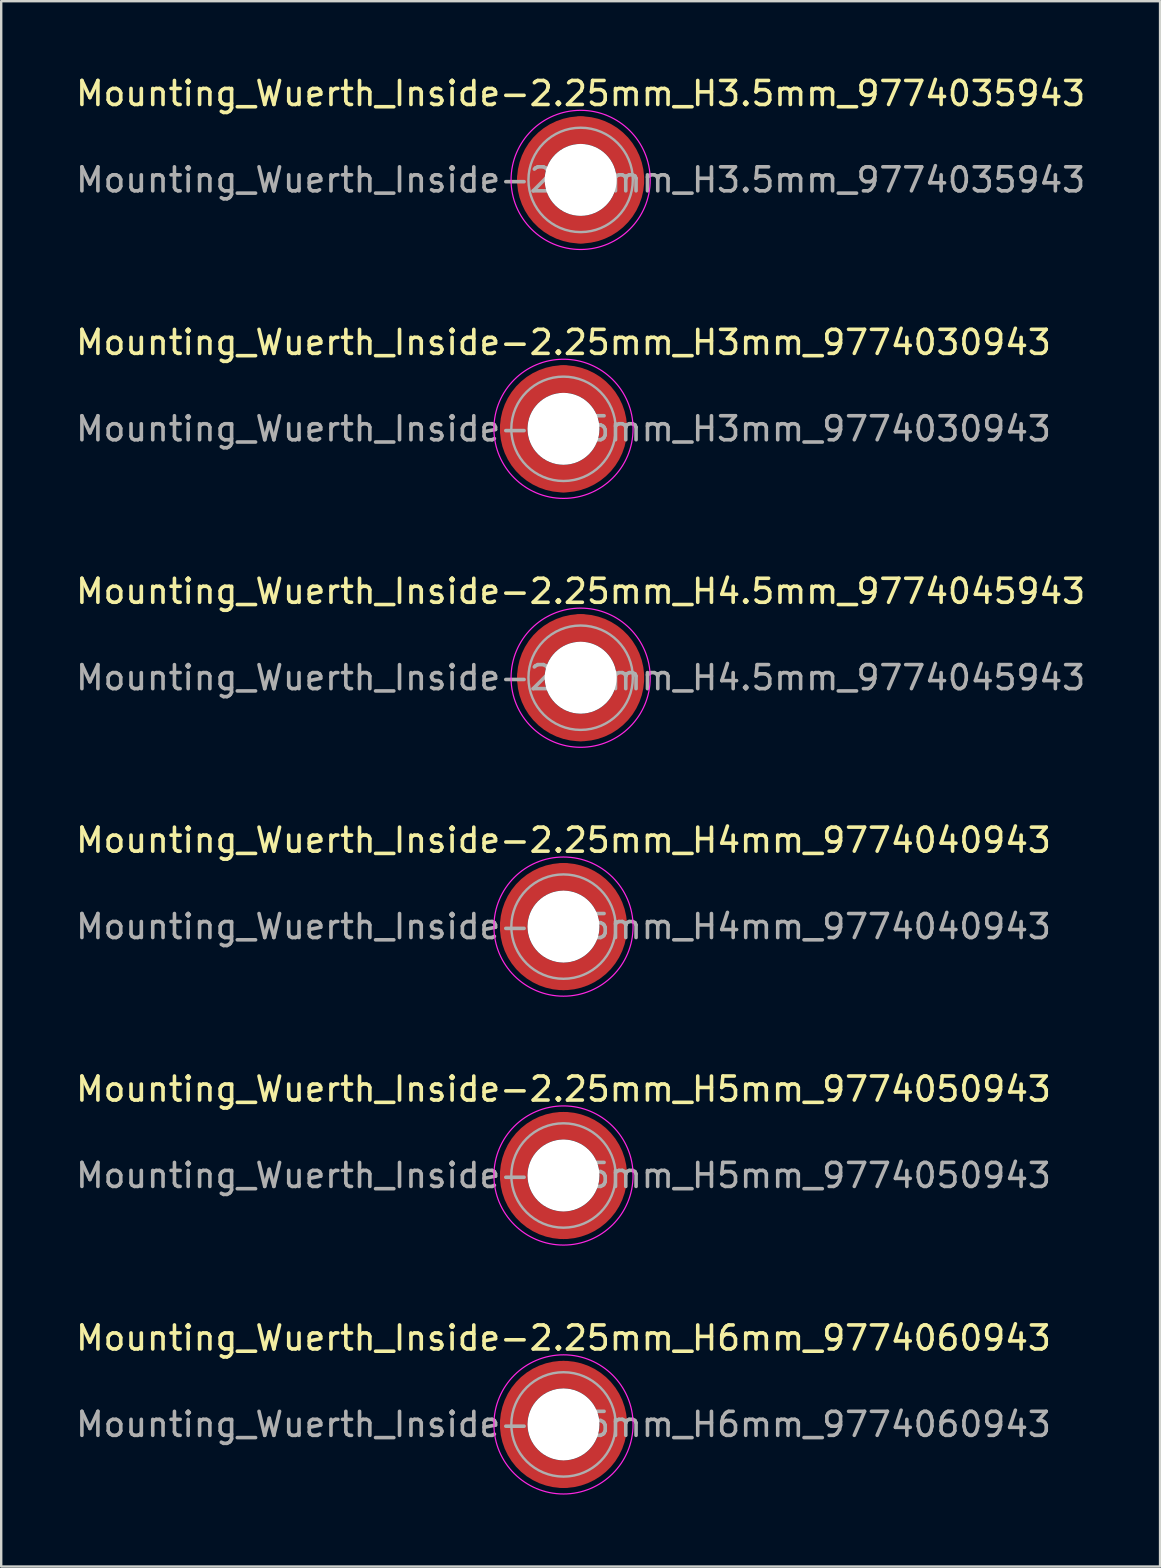
<source format=kicad_pcb>
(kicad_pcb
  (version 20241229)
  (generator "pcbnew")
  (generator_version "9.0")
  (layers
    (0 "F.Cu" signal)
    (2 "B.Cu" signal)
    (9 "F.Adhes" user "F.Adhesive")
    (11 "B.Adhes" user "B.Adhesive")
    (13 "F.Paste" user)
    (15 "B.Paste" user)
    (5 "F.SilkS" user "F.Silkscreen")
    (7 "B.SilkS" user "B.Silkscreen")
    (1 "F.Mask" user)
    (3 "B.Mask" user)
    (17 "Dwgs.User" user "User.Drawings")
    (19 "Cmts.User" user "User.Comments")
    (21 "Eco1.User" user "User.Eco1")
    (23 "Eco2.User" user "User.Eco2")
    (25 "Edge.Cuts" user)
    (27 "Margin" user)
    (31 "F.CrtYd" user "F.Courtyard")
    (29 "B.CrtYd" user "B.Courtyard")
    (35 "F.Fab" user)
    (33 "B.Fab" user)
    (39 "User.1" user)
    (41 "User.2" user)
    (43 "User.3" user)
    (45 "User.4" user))
  (footprint "Mounting_Wuerth_Inside-2.25mm_H4.5mm_9774045943"
    (layer "F.Cu")
    (at 21.149 25.195)
    (property "Reference" "Mounting_Wuerth_Inside-2.25mm_H4.5mm_9774045943" (at 0 -3.6 0) (layer "F.SilkS") (effects (font (size 1 1) (thickness 0.15))))
    (attr smd)
    (fp_circle (center 0 0) (end 2.9 0) (stroke (width 0.05) (type solid)) (fill no) (layer "F.CrtYd"))
    (fp_circle (center 0 0) (end 2.175 0) (stroke (width 0.1) (type solid)) (fill no) (layer "F.Fab"))
    (fp_text user "${REFERENCE}" (at 0 0 0) (layer "F.Fab") (effects (font (size 1 1) (thickness 0.15))))
    (pad "" smd custom (at -1.453 -1.453) (size 1.01 1.01) (layers "F.Paste") (options (anchor circle)) (primitives (gr_arc (start -0.262632 0.900604) (mid 0.178544 0.178544) (end 0.900604 -0.262632) (width 0.505)) (gr_arc (start -0.526231 0.900604) (mid 0 0) (end 0.900604 -0.526231) (width 0.505)) (gr_arc (start -0.787275 0.900604) (mid -0.178545 -0.178545) (end 0.900604 -0.787275) (width 0.505)) (gr_line (start 0.901 -0.263) (end 0.901 -0.787) (width 0.505)) (gr_line (start -0.263 0.901) (end -0.787 0.901) (width 0.505))))
    (pad "" smd custom (at -1.453 1.453) (size 1.01 1.01) (layers "F.Paste") (options (anchor circle)) (primitives (gr_arc (start 0.900604 0.262632) (mid 0.178544 -0.178544) (end -0.262632 -0.900604) (width 0.505)) (gr_arc (start 0.900604 0.526231) (mid 0 0) (end -0.526231 -0.900604) (width 0.505)) (gr_arc (start 0.900604 0.787275) (mid -0.178545 0.178545) (end -0.787275 -0.900604) (width 0.505)) (gr_line (start -0.263 -0.901) (end -0.787 -0.901) (width 0.505)) (gr_line (start 0.901 0.263) (end 0.901 0.787) (width 0.505))))
    (pad "" np_thru_hole circle (at 0 0) (size 3 3) (drill 3) (layers "*.Cu" "*.Mask"))
    (pad "" smd custom (at 1.453 -1.453) (size 1.01 1.01) (layers "F.Paste") (options (anchor circle)) (primitives (gr_arc (start -0.900604 -0.262632) (mid -0.178544 0.178544) (end 0.262632 0.900604) (width 0.505)) (gr_arc (start -0.900604 -0.526231) (mid 0 0) (end 0.526231 0.900604) (width 0.505)) (gr_arc (start -0.900604 -0.787275) (mid 0.178545 -0.178545) (end 0.787275 0.900604) (width 0.505)) (gr_line (start 0.263 0.901) (end 0.787 0.901) (width 0.505)) (gr_line (start -0.901 -0.263) (end -0.901 -0.787) (width 0.505))))
    (pad "" smd custom (at 1.453 1.453) (size 1.01 1.01) (layers "F.Paste") (options (anchor circle)) (primitives (gr_arc (start 0.262632 -0.900604) (mid -0.178544 -0.178544) (end -0.900604 0.262632) (width 0.505)) (gr_arc (start 0.526231 -0.900604) (mid 0 0) (end -0.900604 0.526231) (width 0.505)) (gr_arc (start 0.787275 -0.900604) (mid 0.178545 0.178545) (end -0.900604 0.787275) (width 0.505)) (gr_line (start -0.901 0.263) (end -0.901 0.787) (width 0.505)) (gr_line (start 0.263 -0.901) (end 0.787 -0.901) (width 0.505))))
    (pad "1" smd circle (at -2.075 0) (size 1.15 1.15) (layers "F.Cu"))
    (pad "1" smd circle (at 0 -2.075) (size 1.15 1.15) (layers "F.Cu"))
    (pad "1" smd circle (at 0 2.075) (size 1.15 1.15) (layers "F.Cu"))
    (pad "1" smd custom (at 2.075 0) (size 1.15 1.15) (layers "F.Cu" "F.Mask") (options (anchor circle)) (primitives (gr_circle (center -2.075 0) (end 0 0) (width 1.15) (fill no)))))
  (footprint "Mounting_Wuerth_Inside-2.25mm_H4mm_9774040943"
    (layer "F.Cu")
    (at 20.435 35.568)
    (property "Reference" "Mounting_Wuerth_Inside-2.25mm_H4mm_9774040943" (at 0 -3.6 0) (layer "F.SilkS") (effects (font (size 1 1) (thickness 0.15))))
    (attr smd)
    (fp_circle (center 0 0) (end 2.9 0) (stroke (width 0.05) (type solid)) (fill no) (layer "F.CrtYd"))
    (fp_circle (center 0 0) (end 2.175 0) (stroke (width 0.1) (type solid)) (fill no) (layer "F.Fab"))
    (fp_text user "${REFERENCE}" (at 0 0 0) (layer "F.Fab") (effects (font (size 1 1) (thickness 0.15))))
    (pad "" smd custom (at -1.453 -1.453) (size 1.01 1.01) (layers "F.Paste") (options (anchor circle)) (primitives (gr_arc (start -0.262632 0.900604) (mid 0.178544 0.178544) (end 0.900604 -0.262632) (width 0.505)) (gr_arc (start -0.526231 0.900604) (mid 0 0) (end 0.900604 -0.526231) (width 0.505)) (gr_arc (start -0.787275 0.900604) (mid -0.178545 -0.178545) (end 0.900604 -0.787275) (width 0.505)) (gr_line (start 0.901 -0.263) (end 0.901 -0.787) (width 0.505)) (gr_line (start -0.263 0.901) (end -0.787 0.901) (width 0.505))))
    (pad "" smd custom (at -1.453 1.453) (size 1.01 1.01) (layers "F.Paste") (options (anchor circle)) (primitives (gr_arc (start 0.900604 0.262632) (mid 0.178544 -0.178544) (end -0.262632 -0.900604) (width 0.505)) (gr_arc (start 0.900604 0.526231) (mid 0 0) (end -0.526231 -0.900604) (width 0.505)) (gr_arc (start 0.900604 0.787275) (mid -0.178545 0.178545) (end -0.787275 -0.900604) (width 0.505)) (gr_line (start -0.263 -0.901) (end -0.787 -0.901) (width 0.505)) (gr_line (start 0.901 0.263) (end 0.901 0.787) (width 0.505))))
    (pad "" np_thru_hole circle (at 0 0) (size 3 3) (drill 3) (layers "*.Cu" "*.Mask"))
    (pad "" smd custom (at 1.453 -1.453) (size 1.01 1.01) (layers "F.Paste") (options (anchor circle)) (primitives (gr_arc (start -0.900604 -0.262632) (mid -0.178544 0.178544) (end 0.262632 0.900604) (width 0.505)) (gr_arc (start -0.900604 -0.526231) (mid 0 0) (end 0.526231 0.900604) (width 0.505)) (gr_arc (start -0.900604 -0.787275) (mid 0.178545 -0.178545) (end 0.787275 0.900604) (width 0.505)) (gr_line (start 0.263 0.901) (end 0.787 0.901) (width 0.505)) (gr_line (start -0.901 -0.263) (end -0.901 -0.787) (width 0.505))))
    (pad "" smd custom (at 1.453 1.453) (size 1.01 1.01) (layers "F.Paste") (options (anchor circle)) (primitives (gr_arc (start 0.262632 -0.900604) (mid -0.178544 -0.178544) (end -0.900604 0.262632) (width 0.505)) (gr_arc (start 0.526231 -0.900604) (mid 0 0) (end -0.900604 0.526231) (width 0.505)) (gr_arc (start 0.787275 -0.900604) (mid 0.178545 0.178545) (end -0.900604 0.787275) (width 0.505)) (gr_line (start -0.901 0.263) (end -0.901 0.787) (width 0.505)) (gr_line (start 0.263 -0.901) (end 0.787 -0.901) (width 0.505))))
    (pad "1" smd circle (at -2.075 0) (size 1.15 1.15) (layers "F.Cu"))
    (pad "1" smd circle (at 0 -2.075) (size 1.15 1.15) (layers "F.Cu"))
    (pad "1" smd circle (at 0 2.075) (size 1.15 1.15) (layers "F.Cu"))
    (pad "1" smd custom (at 2.075 0) (size 1.15 1.15) (layers "F.Cu" "F.Mask") (options (anchor circle)) (primitives (gr_circle (center -2.075 0) (end 0 0) (width 1.15) (fill no)))))
  (footprint "Mounting_Wuerth_Inside-2.25mm_H6mm_9774060943"
    (layer "F.Cu")
    (at 20.435 56.315)
    (property "Reference" "Mounting_Wuerth_Inside-2.25mm_H6mm_9774060943" (at 0 -3.6 0) (layer "F.SilkS") (effects (font (size 1 1) (thickness 0.15))))
    (attr smd)
    (fp_circle (center 0 0) (end 2.9 0) (stroke (width 0.05) (type solid)) (fill no) (layer "F.CrtYd"))
    (fp_circle (center 0 0) (end 2.175 0) (stroke (width 0.1) (type solid)) (fill no) (layer "F.Fab"))
    (fp_text user "${REFERENCE}" (at 0 0 0) (layer "F.Fab") (effects (font (size 1 1) (thickness 0.15))))
    (pad "" smd custom (at -1.453 -1.453) (size 1.01 1.01) (layers "F.Paste") (options (anchor circle)) (primitives (gr_arc (start -0.262632 0.900604) (mid 0.178544 0.178544) (end 0.900604 -0.262632) (width 0.505)) (gr_arc (start -0.526231 0.900604) (mid 0 0) (end 0.900604 -0.526231) (width 0.505)) (gr_arc (start -0.787275 0.900604) (mid -0.178545 -0.178545) (end 0.900604 -0.787275) (width 0.505)) (gr_line (start 0.901 -0.263) (end 0.901 -0.787) (width 0.505)) (gr_line (start -0.263 0.901) (end -0.787 0.901) (width 0.505))))
    (pad "" smd custom (at -1.453 1.453) (size 1.01 1.01) (layers "F.Paste") (options (anchor circle)) (primitives (gr_arc (start 0.900604 0.262632) (mid 0.178544 -0.178544) (end -0.262632 -0.900604) (width 0.505)) (gr_arc (start 0.900604 0.526231) (mid 0 0) (end -0.526231 -0.900604) (width 0.505)) (gr_arc (start 0.900604 0.787275) (mid -0.178545 0.178545) (end -0.787275 -0.900604) (width 0.505)) (gr_line (start -0.263 -0.901) (end -0.787 -0.901) (width 0.505)) (gr_line (start 0.901 0.263) (end 0.901 0.787) (width 0.505))))
    (pad "" np_thru_hole circle (at 0 0) (size 3 3) (drill 3) (layers "*.Cu" "*.Mask"))
    (pad "" smd custom (at 1.453 -1.453) (size 1.01 1.01) (layers "F.Paste") (options (anchor circle)) (primitives (gr_arc (start -0.900604 -0.262632) (mid -0.178544 0.178544) (end 0.262632 0.900604) (width 0.505)) (gr_arc (start -0.900604 -0.526231) (mid 0 0) (end 0.526231 0.900604) (width 0.505)) (gr_arc (start -0.900604 -0.787275) (mid 0.178545 -0.178545) (end 0.787275 0.900604) (width 0.505)) (gr_line (start 0.263 0.901) (end 0.787 0.901) (width 0.505)) (gr_line (start -0.901 -0.263) (end -0.901 -0.787) (width 0.505))))
    (pad "" smd custom (at 1.453 1.453) (size 1.01 1.01) (layers "F.Paste") (options (anchor circle)) (primitives (gr_arc (start 0.262632 -0.900604) (mid -0.178544 -0.178544) (end -0.900604 0.262632) (width 0.505)) (gr_arc (start 0.526231 -0.900604) (mid 0 0) (end -0.900604 0.526231) (width 0.505)) (gr_arc (start 0.787275 -0.900604) (mid 0.178545 0.178545) (end -0.900604 0.787275) (width 0.505)) (gr_line (start -0.901 0.263) (end -0.901 0.787) (width 0.505)) (gr_line (start 0.263 -0.901) (end 0.787 -0.901) (width 0.505))))
    (pad "1" smd circle (at -2.075 0) (size 1.15 1.15) (layers "F.Cu"))
    (pad "1" smd circle (at 0 -2.075) (size 1.15 1.15) (layers "F.Cu"))
    (pad "1" smd circle (at 0 2.075) (size 1.15 1.15) (layers "F.Cu"))
    (pad "1" smd custom (at 2.075 0) (size 1.15 1.15) (layers "F.Cu" "F.Mask") (options (anchor circle)) (primitives (gr_circle (center -2.075 0) (end 0 0) (width 1.15) (fill no)))))
  (footprint "Mounting_Wuerth_Inside-2.25mm_H3.5mm_9774035943"
    (layer "F.Cu")
    (at 21.149 4.448)
    (property "Reference" "Mounting_Wuerth_Inside-2.25mm_H3.5mm_9774035943" (at 0 -3.6 0) (layer "F.SilkS") (effects (font (size 1 1) (thickness 0.15))))
    (attr smd)
    (fp_circle (center 0 0) (end 2.9 0) (stroke (width 0.05) (type solid)) (fill no) (layer "F.CrtYd"))
    (fp_circle (center 0 0) (end 2.175 0) (stroke (width 0.1) (type solid)) (fill no) (layer "F.Fab"))
    (fp_text user "${REFERENCE}" (at 0 0 0) (layer "F.Fab") (effects (font (size 1 1) (thickness 0.15))))
    (pad "" smd custom (at -1.453 -1.453) (size 1.01 1.01) (layers "F.Paste") (options (anchor circle)) (primitives (gr_arc (start -0.262632 0.900604) (mid 0.178544 0.178544) (end 0.900604 -0.262632) (width 0.505)) (gr_arc (start -0.526231 0.900604) (mid 0 0) (end 0.900604 -0.526231) (width 0.505)) (gr_arc (start -0.787275 0.900604) (mid -0.178545 -0.178545) (end 0.900604 -0.787275) (width 0.505)) (gr_line (start 0.901 -0.263) (end 0.901 -0.787) (width 0.505)) (gr_line (start -0.263 0.901) (end -0.787 0.901) (width 0.505))))
    (pad "" smd custom (at -1.453 1.453) (size 1.01 1.01) (layers "F.Paste") (options (anchor circle)) (primitives (gr_arc (start 0.900604 0.262632) (mid 0.178544 -0.178544) (end -0.262632 -0.900604) (width 0.505)) (gr_arc (start 0.900604 0.526231) (mid 0 0) (end -0.526231 -0.900604) (width 0.505)) (gr_arc (start 0.900604 0.787275) (mid -0.178545 0.178545) (end -0.787275 -0.900604) (width 0.505)) (gr_line (start -0.263 -0.901) (end -0.787 -0.901) (width 0.505)) (gr_line (start 0.901 0.263) (end 0.901 0.787) (width 0.505))))
    (pad "" np_thru_hole circle (at 0 0) (size 3 3) (drill 3) (layers "*.Cu" "*.Mask"))
    (pad "" smd custom (at 1.453 -1.453) (size 1.01 1.01) (layers "F.Paste") (options (anchor circle)) (primitives (gr_arc (start -0.900604 -0.262632) (mid -0.178544 0.178544) (end 0.262632 0.900604) (width 0.505)) (gr_arc (start -0.900604 -0.526231) (mid 0 0) (end 0.526231 0.900604) (width 0.505)) (gr_arc (start -0.900604 -0.787275) (mid 0.178545 -0.178545) (end 0.787275 0.900604) (width 0.505)) (gr_line (start 0.263 0.901) (end 0.787 0.901) (width 0.505)) (gr_line (start -0.901 -0.263) (end -0.901 -0.787) (width 0.505))))
    (pad "" smd custom (at 1.453 1.453) (size 1.01 1.01) (layers "F.Paste") (options (anchor circle)) (primitives (gr_arc (start 0.262632 -0.900604) (mid -0.178544 -0.178544) (end -0.900604 0.262632) (width 0.505)) (gr_arc (start 0.526231 -0.900604) (mid 0 0) (end -0.900604 0.526231) (width 0.505)) (gr_arc (start 0.787275 -0.900604) (mid 0.178545 0.178545) (end -0.900604 0.787275) (width 0.505)) (gr_line (start -0.901 0.263) (end -0.901 0.787) (width 0.505)) (gr_line (start 0.263 -0.901) (end 0.787 -0.901) (width 0.505))))
    (pad "1" smd circle (at -2.075 0) (size 1.15 1.15) (layers "F.Cu"))
    (pad "1" smd circle (at 0 -2.075) (size 1.15 1.15) (layers "F.Cu"))
    (pad "1" smd circle (at 0 2.075) (size 1.15 1.15) (layers "F.Cu"))
    (pad "1" smd custom (at 2.075 0) (size 1.15 1.15) (layers "F.Cu" "F.Mask") (options (anchor circle)) (primitives (gr_circle (center -2.075 0) (end 0 0) (width 1.15) (fill no)))))
  (footprint "Mounting_Wuerth_Inside-2.25mm_H5mm_9774050943"
    (layer "F.Cu")
    (at 20.435 45.941)
    (property "Reference" "Mounting_Wuerth_Inside-2.25mm_H5mm_9774050943" (at 0 -3.6 0) (layer "F.SilkS") (effects (font (size 1 1) (thickness 0.15))))
    (attr smd)
    (fp_circle (center 0 0) (end 2.9 0) (stroke (width 0.05) (type solid)) (fill no) (layer "F.CrtYd"))
    (fp_circle (center 0 0) (end 2.175 0) (stroke (width 0.1) (type solid)) (fill no) (layer "F.Fab"))
    (fp_text user "${REFERENCE}" (at 0 0 0) (layer "F.Fab") (effects (font (size 1 1) (thickness 0.15))))
    (pad "" smd custom (at -1.453 -1.453) (size 1.01 1.01) (layers "F.Paste") (options (anchor circle)) (primitives (gr_arc (start -0.262632 0.900604) (mid 0.178544 0.178544) (end 0.900604 -0.262632) (width 0.505)) (gr_arc (start -0.526231 0.900604) (mid 0 0) (end 0.900604 -0.526231) (width 0.505)) (gr_arc (start -0.787275 0.900604) (mid -0.178545 -0.178545) (end 0.900604 -0.787275) (width 0.505)) (gr_line (start 0.901 -0.263) (end 0.901 -0.787) (width 0.505)) (gr_line (start -0.263 0.901) (end -0.787 0.901) (width 0.505))))
    (pad "" smd custom (at -1.453 1.453) (size 1.01 1.01) (layers "F.Paste") (options (anchor circle)) (primitives (gr_arc (start 0.900604 0.262632) (mid 0.178544 -0.178544) (end -0.262632 -0.900604) (width 0.505)) (gr_arc (start 0.900604 0.526231) (mid 0 0) (end -0.526231 -0.900604) (width 0.505)) (gr_arc (start 0.900604 0.787275) (mid -0.178545 0.178545) (end -0.787275 -0.900604) (width 0.505)) (gr_line (start -0.263 -0.901) (end -0.787 -0.901) (width 0.505)) (gr_line (start 0.901 0.263) (end 0.901 0.787) (width 0.505))))
    (pad "" np_thru_hole circle (at 0 0) (size 3 3) (drill 3) (layers "*.Cu" "*.Mask"))
    (pad "" smd custom (at 1.453 -1.453) (size 1.01 1.01) (layers "F.Paste") (options (anchor circle)) (primitives (gr_arc (start -0.900604 -0.262632) (mid -0.178544 0.178544) (end 0.262632 0.900604) (width 0.505)) (gr_arc (start -0.900604 -0.526231) (mid 0 0) (end 0.526231 0.900604) (width 0.505)) (gr_arc (start -0.900604 -0.787275) (mid 0.178545 -0.178545) (end 0.787275 0.900604) (width 0.505)) (gr_line (start 0.263 0.901) (end 0.787 0.901) (width 0.505)) (gr_line (start -0.901 -0.263) (end -0.901 -0.787) (width 0.505))))
    (pad "" smd custom (at 1.453 1.453) (size 1.01 1.01) (layers "F.Paste") (options (anchor circle)) (primitives (gr_arc (start 0.262632 -0.900604) (mid -0.178544 -0.178544) (end -0.900604 0.262632) (width 0.505)) (gr_arc (start 0.526231 -0.900604) (mid 0 0) (end -0.900604 0.526231) (width 0.505)) (gr_arc (start 0.787275 -0.900604) (mid 0.178545 0.178545) (end -0.900604 0.787275) (width 0.505)) (gr_line (start -0.901 0.263) (end -0.901 0.787) (width 0.505)) (gr_line (start 0.263 -0.901) (end 0.787 -0.901) (width 0.505))))
    (pad "1" smd circle (at -2.075 0) (size 1.15 1.15) (layers "F.Cu"))
    (pad "1" smd circle (at 0 -2.075) (size 1.15 1.15) (layers "F.Cu"))
    (pad "1" smd circle (at 0 2.075) (size 1.15 1.15) (layers "F.Cu"))
    (pad "1" smd custom (at 2.075 0) (size 1.15 1.15) (layers "F.Cu" "F.Mask") (options (anchor circle)) (primitives (gr_circle (center -2.075 0) (end 0 0) (width 1.15) (fill no)))))
  (footprint "Mounting_Wuerth_Inside-2.25mm_H3mm_9774030943"
    (layer "F.Cu")
    (at 20.435 14.822)
    (property "Reference" "Mounting_Wuerth_Inside-2.25mm_H3mm_9774030943" (at 0 -3.6 0) (layer "F.SilkS") (effects (font (size 1 1) (thickness 0.15))))
    (attr smd)
    (fp_circle (center 0 0) (end 2.9 0) (stroke (width 0.05) (type solid)) (fill no) (layer "F.CrtYd"))
    (fp_circle (center 0 0) (end 2.175 0) (stroke (width 0.1) (type solid)) (fill no) (layer "F.Fab"))
    (fp_text user "${REFERENCE}" (at 0 0 0) (layer "F.Fab") (effects (font (size 1 1) (thickness 0.15))))
    (pad "" smd custom (at -1.453 -1.453) (size 1.01 1.01) (layers "F.Paste") (options (anchor circle)) (primitives (gr_arc (start -0.262632 0.900604) (mid 0.178544 0.178544) (end 0.900604 -0.262632) (width 0.505)) (gr_arc (start -0.526231 0.900604) (mid 0 0) (end 0.900604 -0.526231) (width 0.505)) (gr_arc (start -0.787275 0.900604) (mid -0.178545 -0.178545) (end 0.900604 -0.787275) (width 0.505)) (gr_line (start 0.901 -0.263) (end 0.901 -0.787) (width 0.505)) (gr_line (start -0.263 0.901) (end -0.787 0.901) (width 0.505))))
    (pad "" smd custom (at -1.453 1.453) (size 1.01 1.01) (layers "F.Paste") (options (anchor circle)) (primitives (gr_arc (start 0.900604 0.262632) (mid 0.178544 -0.178544) (end -0.262632 -0.900604) (width 0.505)) (gr_arc (start 0.900604 0.526231) (mid 0 0) (end -0.526231 -0.900604) (width 0.505)) (gr_arc (start 0.900604 0.787275) (mid -0.178545 0.178545) (end -0.787275 -0.900604) (width 0.505)) (gr_line (start -0.263 -0.901) (end -0.787 -0.901) (width 0.505)) (gr_line (start 0.901 0.263) (end 0.901 0.787) (width 0.505))))
    (pad "" np_thru_hole circle (at 0 0) (size 3 3) (drill 3) (layers "*.Cu" "*.Mask"))
    (pad "" smd custom (at 1.453 -1.453) (size 1.01 1.01) (layers "F.Paste") (options (anchor circle)) (primitives (gr_arc (start -0.900604 -0.262632) (mid -0.178544 0.178544) (end 0.262632 0.900604) (width 0.505)) (gr_arc (start -0.900604 -0.526231) (mid 0 0) (end 0.526231 0.900604) (width 0.505)) (gr_arc (start -0.900604 -0.787275) (mid 0.178545 -0.178545) (end 0.787275 0.900604) (width 0.505)) (gr_line (start 0.263 0.901) (end 0.787 0.901) (width 0.505)) (gr_line (start -0.901 -0.263) (end -0.901 -0.787) (width 0.505))))
    (pad "" smd custom (at 1.453 1.453) (size 1.01 1.01) (layers "F.Paste") (options (anchor circle)) (primitives (gr_arc (start 0.262632 -0.900604) (mid -0.178544 -0.178544) (end -0.900604 0.262632) (width 0.505)) (gr_arc (start 0.526231 -0.900604) (mid 0 0) (end -0.900604 0.526231) (width 0.505)) (gr_arc (start 0.787275 -0.900604) (mid 0.178545 0.178545) (end -0.900604 0.787275) (width 0.505)) (gr_line (start -0.901 0.263) (end -0.901 0.787) (width 0.505)) (gr_line (start 0.263 -0.901) (end 0.787 -0.901) (width 0.505))))
    (pad "1" smd circle (at -2.075 0) (size 1.15 1.15) (layers "F.Cu"))
    (pad "1" smd circle (at 0 -2.075) (size 1.15 1.15) (layers "F.Cu"))
    (pad "1" smd circle (at 0 2.075) (size 1.15 1.15) (layers "F.Cu"))
    (pad "1" smd custom (at 2.075 0) (size 1.15 1.15) (layers "F.Cu" "F.Mask") (options (anchor circle)) (primitives (gr_circle (center -2.075 0) (end 0 0) (width 1.15) (fill no)))))
  (gr_rect
    (start -3 -3)
    (end 45.298 62.239)
    (stroke (width 0.1) (type default))
    (fill no)
    (layer "Edge.Cuts")))
</source>
